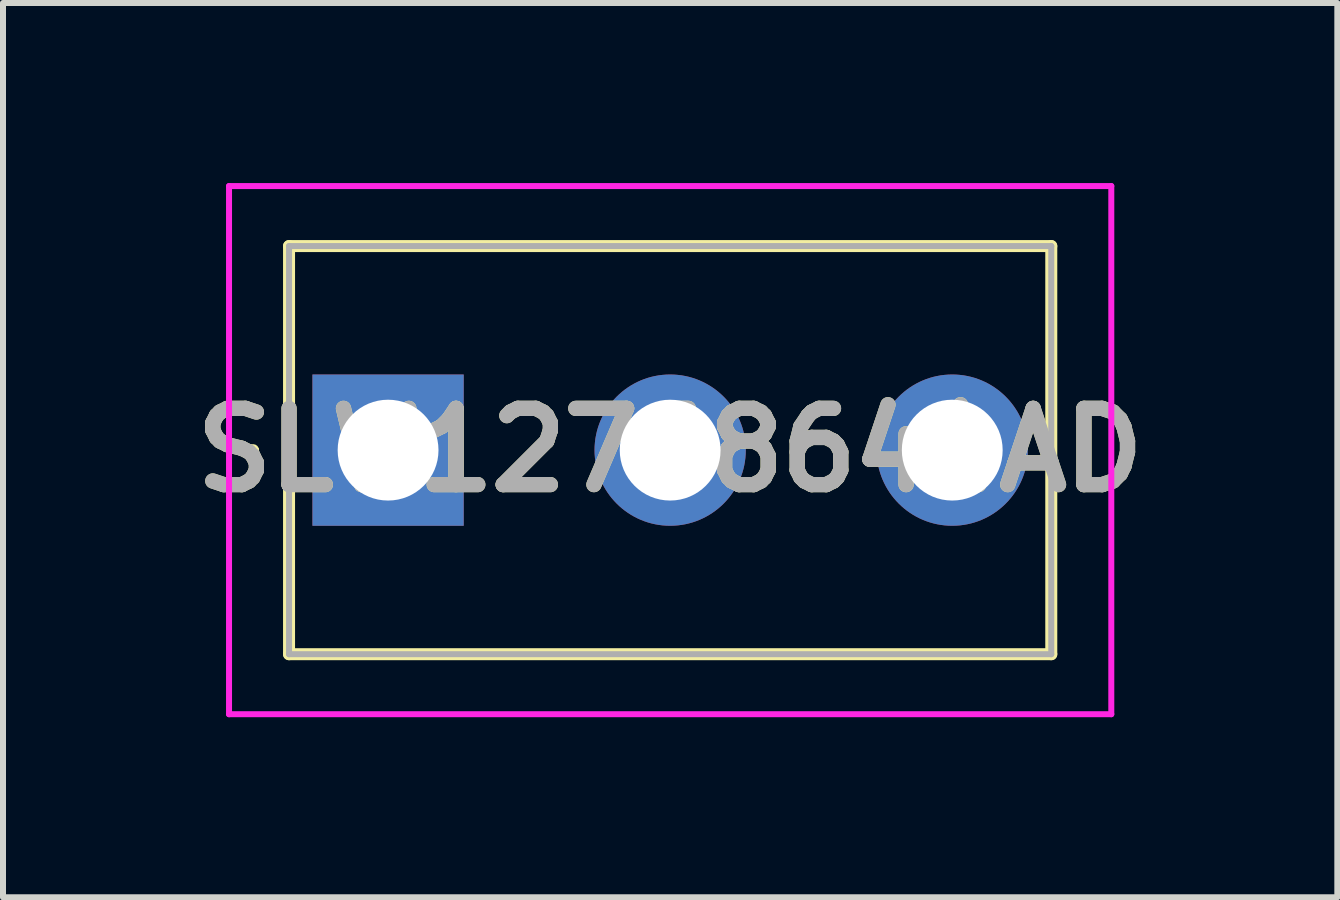
<source format=kicad_pcb>
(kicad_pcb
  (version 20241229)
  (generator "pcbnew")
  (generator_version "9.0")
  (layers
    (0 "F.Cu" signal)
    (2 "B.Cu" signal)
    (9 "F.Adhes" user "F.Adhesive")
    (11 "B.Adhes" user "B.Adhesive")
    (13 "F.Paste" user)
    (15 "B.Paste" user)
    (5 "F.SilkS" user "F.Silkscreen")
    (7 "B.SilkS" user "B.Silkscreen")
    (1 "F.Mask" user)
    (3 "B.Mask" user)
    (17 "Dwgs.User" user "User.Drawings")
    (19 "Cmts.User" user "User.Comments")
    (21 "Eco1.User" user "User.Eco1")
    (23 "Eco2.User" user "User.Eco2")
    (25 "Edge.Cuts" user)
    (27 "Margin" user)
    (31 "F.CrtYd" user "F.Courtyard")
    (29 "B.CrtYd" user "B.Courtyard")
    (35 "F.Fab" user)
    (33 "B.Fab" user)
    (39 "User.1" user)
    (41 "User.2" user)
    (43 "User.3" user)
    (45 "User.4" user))
  (footprint "SLW12768644AD"
    (layer "F.Cu")
    (at 3.416 4.45)
    (property "Reference" "SLW12768644AD" (at 4.7 0 0) (layer "F.SilkS") (effects (font (size 1.27 1.27) (thickness 0.254))))
    (attr through_hole)
    (fp_line (start -2.3 0) (end -2.3 0) (stroke (width 0.1) (type solid)) (layer "F.SilkS"))
    (fp_line (start -2.2 0) (end -2.2 0) (stroke (width 0.1) (type solid)) (layer "F.SilkS"))
    (fp_line (start -1.65 -3.4) (end 11.05 -3.4) (stroke (width 0.2) (type solid)) (layer "F.SilkS"))
    (fp_line (start -1.65 3.4) (end -1.65 -3.4) (stroke (width 0.2) (type solid)) (layer "F.SilkS"))
    (fp_line (start 11.05 -3.4) (end 11.05 3.4) (stroke (width 0.2) (type solid)) (layer "F.SilkS"))
    (fp_line (start 11.05 3.4) (end -1.65 3.4) (stroke (width 0.2) (type solid)) (layer "F.SilkS"))
    (fp_arc (start -2.3 0) (mid -2.25 -0.05) (end -2.2 0) (stroke (width 0.1) (type solid)) (layer "F.SilkS"))
    (fp_arc (start -2.2 0) (mid -2.25 0.05) (end -2.3 0) (stroke (width 0.1) (type solid)) (layer "F.SilkS"))
    (fp_line (start -2.65 -4.4) (end 12.05 -4.4) (stroke (width 0.1) (type solid)) (layer "F.CrtYd"))
    (fp_line (start -2.65 4.4) (end -2.65 -4.4) (stroke (width 0.1) (type solid)) (layer "F.CrtYd"))
    (fp_line (start 12.05 -4.4) (end 12.05 4.4) (stroke (width 0.1) (type solid)) (layer "F.CrtYd"))
    (fp_line (start 12.05 4.4) (end -2.65 4.4) (stroke (width 0.1) (type solid)) (layer "F.CrtYd"))
    (fp_line (start -1.65 -3.4) (end 11.05 -3.4) (stroke (width 0.1) (type solid)) (layer "F.Fab"))
    (fp_line (start -1.65 3.4) (end -1.65 -3.4) (stroke (width 0.1) (type solid)) (layer "F.Fab"))
    (fp_line (start 11.05 -3.4) (end 11.05 3.4) (stroke (width 0.1) (type solid)) (layer "F.Fab"))
    (fp_line (start 11.05 3.4) (end -1.65 3.4) (stroke (width 0.1) (type solid)) (layer "F.Fab"))
    (fp_text user "${REFERENCE}" (at 4.7 0 0) (layer "F.Fab") (effects (font (size 1.27 1.27) (thickness 0.254))))
    (pad "1" thru_hole rect (at 0 0) (size 2.52 2.52) (drill 1.68) (layers "*.Cu" "*.Mask"))
    (pad "2" thru_hole circle (at 4.7 0) (size 2.52 2.52) (drill 1.68) (layers "*.Cu" "*.Mask"))
    (pad "3" thru_hole circle (at 9.4 0) (size 2.52 2.52) (drill 1.68) (layers "*.Cu" "*.Mask")))
  (gr_rect
    (start -3 -3)
    (end 19.232 11.9)
    (stroke (width 0.1) (type default))
    (fill no)
    (layer "Edge.Cuts")))
</source>
